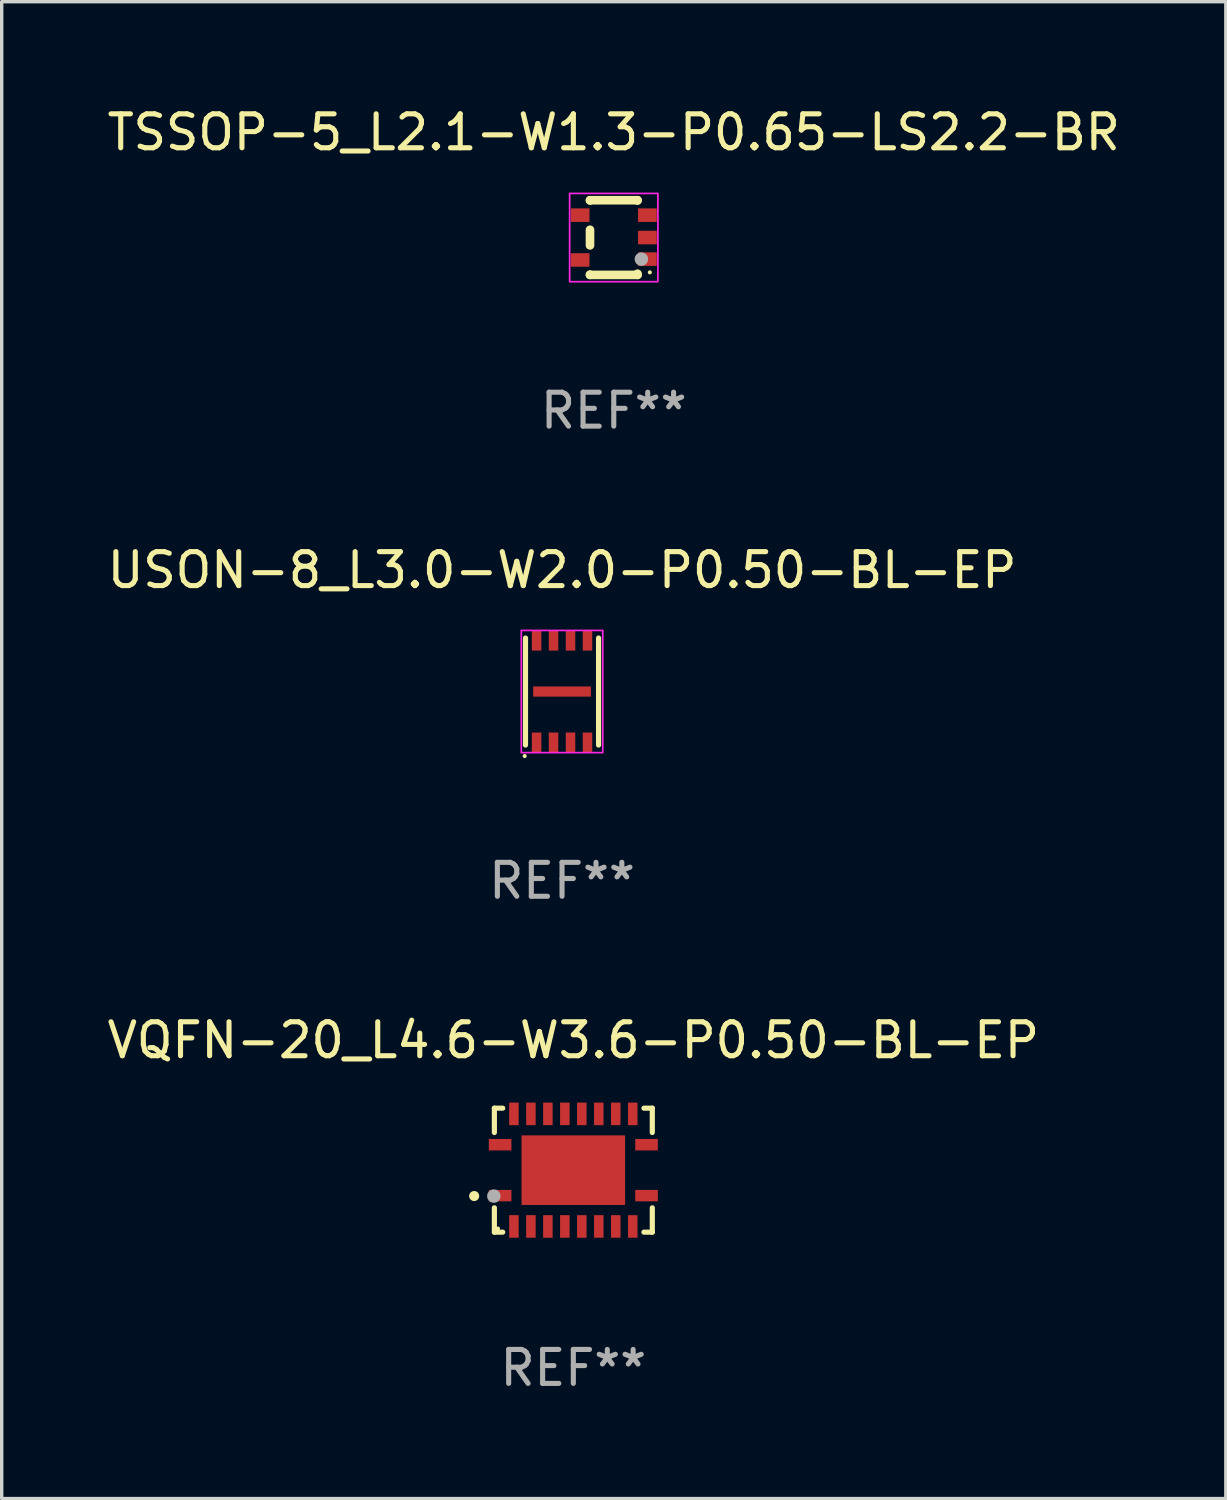
<source format=kicad_pcb>
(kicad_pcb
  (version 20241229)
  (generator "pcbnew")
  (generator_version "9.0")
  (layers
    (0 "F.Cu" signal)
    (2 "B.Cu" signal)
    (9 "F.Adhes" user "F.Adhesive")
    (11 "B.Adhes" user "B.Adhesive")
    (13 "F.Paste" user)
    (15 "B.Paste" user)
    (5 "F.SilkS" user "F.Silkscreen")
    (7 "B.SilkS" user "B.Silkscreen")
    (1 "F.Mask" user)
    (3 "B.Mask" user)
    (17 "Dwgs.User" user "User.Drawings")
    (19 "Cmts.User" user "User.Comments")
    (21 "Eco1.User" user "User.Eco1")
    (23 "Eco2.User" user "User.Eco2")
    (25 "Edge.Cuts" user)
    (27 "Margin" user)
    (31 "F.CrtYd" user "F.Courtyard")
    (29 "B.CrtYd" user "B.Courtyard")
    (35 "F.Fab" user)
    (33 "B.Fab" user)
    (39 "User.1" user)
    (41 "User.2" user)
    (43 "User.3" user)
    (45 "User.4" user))
  (footprint "VQFN-20_L4.6-W3.6-P0.50-BL-EP"
    (layer "F.Cu")
    (at 13.839 31.42)
    (property "Reference" "VQFN-20_L4.6-W3.6-P0.50-BL-EP" (at 0 -3.826 0) (layer "F.SilkS") (effects (font (size 1 1) (thickness 0.15))))
    (attr smd)
    (fp_line (start -2.326 -1.826) (end -2.08 -1.826) (stroke (width 0.152) (type solid)) (layer "F.SilkS"))
    (fp_line (start -2.326 -1.109) (end -2.326 -1.826) (stroke (width 0.152) (type solid)) (layer "F.SilkS"))
    (fp_line (start -2.326 1.109) (end -2.326 1.826) (stroke (width 0.152) (type solid)) (layer "F.SilkS"))
    (fp_line (start -2.326 1.826) (end -2.08 1.826) (stroke (width 0.152) (type solid)) (layer "F.SilkS"))
    (fp_line (start 2.326 -1.826) (end 2.08 -1.826) (stroke (width 0.152) (type solid)) (layer "F.SilkS"))
    (fp_line (start 2.326 -1.109) (end 2.326 -1.826) (stroke (width 0.152) (type solid)) (layer "F.SilkS"))
    (fp_line (start 2.326 1.109) (end 2.326 1.826) (stroke (width 0.152) (type solid)) (layer "F.SilkS"))
    (fp_line (start 2.326 1.826) (end 2.08 1.826) (stroke (width 0.152) (type solid)) (layer "F.SilkS"))
    (fp_circle (center -2.921 0.762) (end -2.846 0.762) (stroke (width 0.15) (type solid)) (fill no) (layer "F.SilkS"))
    (fp_circle (center -2.22 1.72) (end -2.19 1.72) (stroke (width 0.06) (type solid)) (fill no) (layer "F.SilkS"))
    (fp_circle (center -2.342 0.764) (end -2.242 0.764) (stroke (width 0.2) (type solid)) (fill no) (layer "F.Fab"))
    (fp_text user "REF**" (at 0 5.826 0) (layer "F.Fab") (effects (font (size 1 1) (thickness 0.15))))
    (pad "1" smd rect (at -2.157 0.75) (size 0.665 0.336) (layers "F.Cu" "F.Mask" "F.Paste"))
    (pad "2" smd rect (at -1.75 1.658) (size 0.28 0.665) (layers "F.Cu" "F.Mask" "F.Paste"))
    (pad "3" smd rect (at -1.25 1.658) (size 0.28 0.665) (layers "F.Cu" "F.Mask" "F.Paste"))
    (pad "4" smd rect (at -0.75 1.658) (size 0.28 0.665) (layers "F.Cu" "F.Mask" "F.Paste"))
    (pad "5" smd rect (at -0.25 1.658) (size 0.28 0.665) (layers "F.Cu" "F.Mask" "F.Paste"))
    (pad "6" smd rect (at 0.25 1.658) (size 0.28 0.665) (layers "F.Cu" "F.Mask" "F.Paste"))
    (pad "7" smd rect (at 0.75 1.658) (size 0.28 0.665) (layers "F.Cu" "F.Mask" "F.Paste"))
    (pad "8" smd rect (at 1.25 1.658) (size 0.28 0.665) (layers "F.Cu" "F.Mask" "F.Paste"))
    (pad "9" smd rect (at 1.75 1.658) (size 0.28 0.665) (layers "F.Cu" "F.Mask" "F.Paste"))
    (pad "10" smd rect (at 2.157 0.75) (size 0.665 0.336) (layers "F.Cu" "F.Mask" "F.Paste"))
    (pad "11" smd rect (at 2.157 -0.75) (size 0.665 0.336) (layers "F.Cu" "F.Mask" "F.Paste"))
    (pad "12" smd rect (at 1.75 -1.658) (size 0.28 0.665) (layers "F.Cu" "F.Mask" "F.Paste"))
    (pad "13" smd rect (at 1.25 -1.658) (size 0.28 0.665) (layers "F.Cu" "F.Mask" "F.Paste"))
    (pad "14" smd rect (at 0.75 -1.658) (size 0.28 0.665) (layers "F.Cu" "F.Mask" "F.Paste"))
    (pad "15" smd rect (at 0.25 -1.658) (size 0.28 0.665) (layers "F.Cu" "F.Mask" "F.Paste"))
    (pad "16" smd rect (at -0.25 -1.658) (size 0.28 0.665) (layers "F.Cu" "F.Mask" "F.Paste"))
    (pad "17" smd rect (at -0.75 -1.658) (size 0.28 0.665) (layers "F.Cu" "F.Mask" "F.Paste"))
    (pad "18" smd rect (at -1.25 -1.658) (size 0.28 0.665) (layers "F.Cu" "F.Mask" "F.Paste"))
    (pad "19" smd rect (at -1.75 -1.658) (size 0.28 0.665) (layers "F.Cu" "F.Mask" "F.Paste"))
    (pad "20" smd rect (at -2.157 -0.75) (size 0.665 0.336) (layers "F.Cu" "F.Mask" "F.Paste"))
    (pad "21" smd rect (at 0 0) (size 3.05 2.05) (layers "F.Cu" "F.Mask" "F.Paste")))
  (footprint "TSSOP-5_L2.1-W1.3-P0.65-LS2.2-BR"
    (layer "F.Cu")
    (at 15.03 3.948)
    (property "Reference" "TSSOP-5_L2.1-W1.3-P0.65-LS2.2-BR" (at 0 -3.1 0) (layer "F.SilkS") (effects (font (size 1 1) (thickness 0.15))))
    (attr smd)
    (fp_line (start -0.7 -1.1) (end 0.7 -1.1) (stroke (width 0.254) (type solid)) (layer "F.SilkS"))
    (fp_line (start -0.7 -1.091) (end -0.7 -1.1) (stroke (width 0.254) (type solid)) (layer "F.SilkS"))
    (fp_line (start -0.7 0.23) (end -0.7 -0.23) (stroke (width 0.254) (type solid)) (layer "F.SilkS"))
    (fp_line (start -0.7 1.1) (end -0.7 1.09) (stroke (width 0.254) (type solid)) (layer "F.SilkS"))
    (fp_line (start -0.7 1.1) (end 0.7 1.1) (stroke (width 0.254) (type solid)) (layer "F.SilkS"))
    (fp_line (start 0.7 -1.091) (end 0.7 -1.1) (stroke (width 0.254) (type solid)) (layer "F.SilkS"))
    (fp_line (start 0.7 1.1) (end 0.7 1.065) (stroke (width 0.254) (type solid)) (layer "F.SilkS"))
    (fp_circle (center 1.062 1.025) (end 1.092 1.025) (stroke (width 0.06) (type solid)) (fill no) (layer "F.SilkS"))
    (fp_rect (start -1.3 -1.3) (end 1.3 1.3) (stroke (width 0.05) (type default)) (fill no) (layer "F.CrtYd"))
    (fp_circle (center 0.813 0.635) (end 0.913 0.635) (stroke (width 0.2) (type solid)) (fill no) (layer "F.Fab"))
    (fp_text user "REF**" (at 0 5.1 0) (layer "F.Fab") (effects (font (size 1 1) (thickness 0.15))))
    (pad "1" smd rect (at 0.991 0.635 270) (size 0.399 0.551) (layers "F.Cu" "F.Mask" "F.Paste"))
    (pad "2" smd rect (at 0.991 0 270) (size 0.399 0.551) (layers "F.Cu" "F.Mask" "F.Paste"))
    (pad "3" smd rect (at 0.991 -0.66 270) (size 0.399 0.551) (layers "F.Cu" "F.Mask" "F.Paste"))
    (pad "4" smd rect (at -0.991 -0.66 270) (size 0.399 0.551) (layers "F.Cu" "F.Mask" "F.Paste"))
    (pad "5" smd rect (at -0.991 0.66 270) (size 0.399 0.551) (layers "F.Cu" "F.Mask" "F.Paste")))
  (footprint "USON-8_L3.0-W2.0-P0.50-BL-EP"
    (layer "F.Cu")
    (at 13.506 17.321)
    (property "Reference" "USON-8_L3.0-W2.0-P0.50-BL-EP" (at 0.000089 -3.576 0) (layer "F.SilkS") (effects (font (size 1 1) (thickness 0.15))))
    (attr smd)
    (fp_line (start -1.076 -1.576) (end -1.076 1.576) (stroke (width 0.152) (type solid)) (layer "F.SilkS"))
    (fp_line (start 1.076 1.576) (end 1.076 -1.576) (stroke (width 0.152) (type solid)) (layer "F.SilkS"))
    (fp_circle (center -1.1 1.9) (end -1.07 1.9) (stroke (width 0.06) (type solid)) (fill no) (layer "F.SilkS"))
    (fp_rect (start -1.2 -1.8) (end 1.2 1.8) (stroke (width 0.05) (type default)) (fill no) (layer "F.CrtYd"))
    (fp_text user "REF**" (at 0.000089 5.576 0) (layer "F.Fab") (effects (font (size 1 1) (thickness 0.15))))
    (pad "1" smd rect (at -0.75 1.507 270) (size 0.6 0.28) (layers "F.Cu" "F.Mask" "F.Paste"))
    (pad "2" smd rect (at -0.25 1.507 270) (size 0.6 0.28) (layers "F.Cu" "F.Mask" "F.Paste"))
    (pad "3" smd rect (at 0.25 1.507 270) (size 0.6 0.28) (layers "F.Cu" "F.Mask" "F.Paste"))
    (pad "4" smd rect (at 0.75 1.507 270) (size 0.6 0.28) (layers "F.Cu" "F.Mask" "F.Paste"))
    (pad "5" smd rect (at 0.75 -1.507 270) (size 0.6 0.28) (layers "F.Cu" "F.Mask" "F.Paste"))
    (pad "6" smd rect (at 0.25 -1.507 270) (size 0.6 0.28) (layers "F.Cu" "F.Mask" "F.Paste"))
    (pad "7" smd rect (at -0.25 -1.507 270) (size 0.6 0.28) (layers "F.Cu" "F.Mask" "F.Paste"))
    (pad "8" smd rect (at -0.75 -1.507 270) (size 0.6 0.28) (layers "F.Cu" "F.Mask" "F.Paste"))
    (pad "9" smd rect (at 0 0 90) (size 0.3 1.7) (layers "F.Cu" "F.Mask" "F.Paste")))
  (gr_rect
    (start -3 -3)
    (end 33.06 41.094)
    (stroke (width 0.1) (type default))
    (fill no)
    (layer "Edge.Cuts")))
</source>
